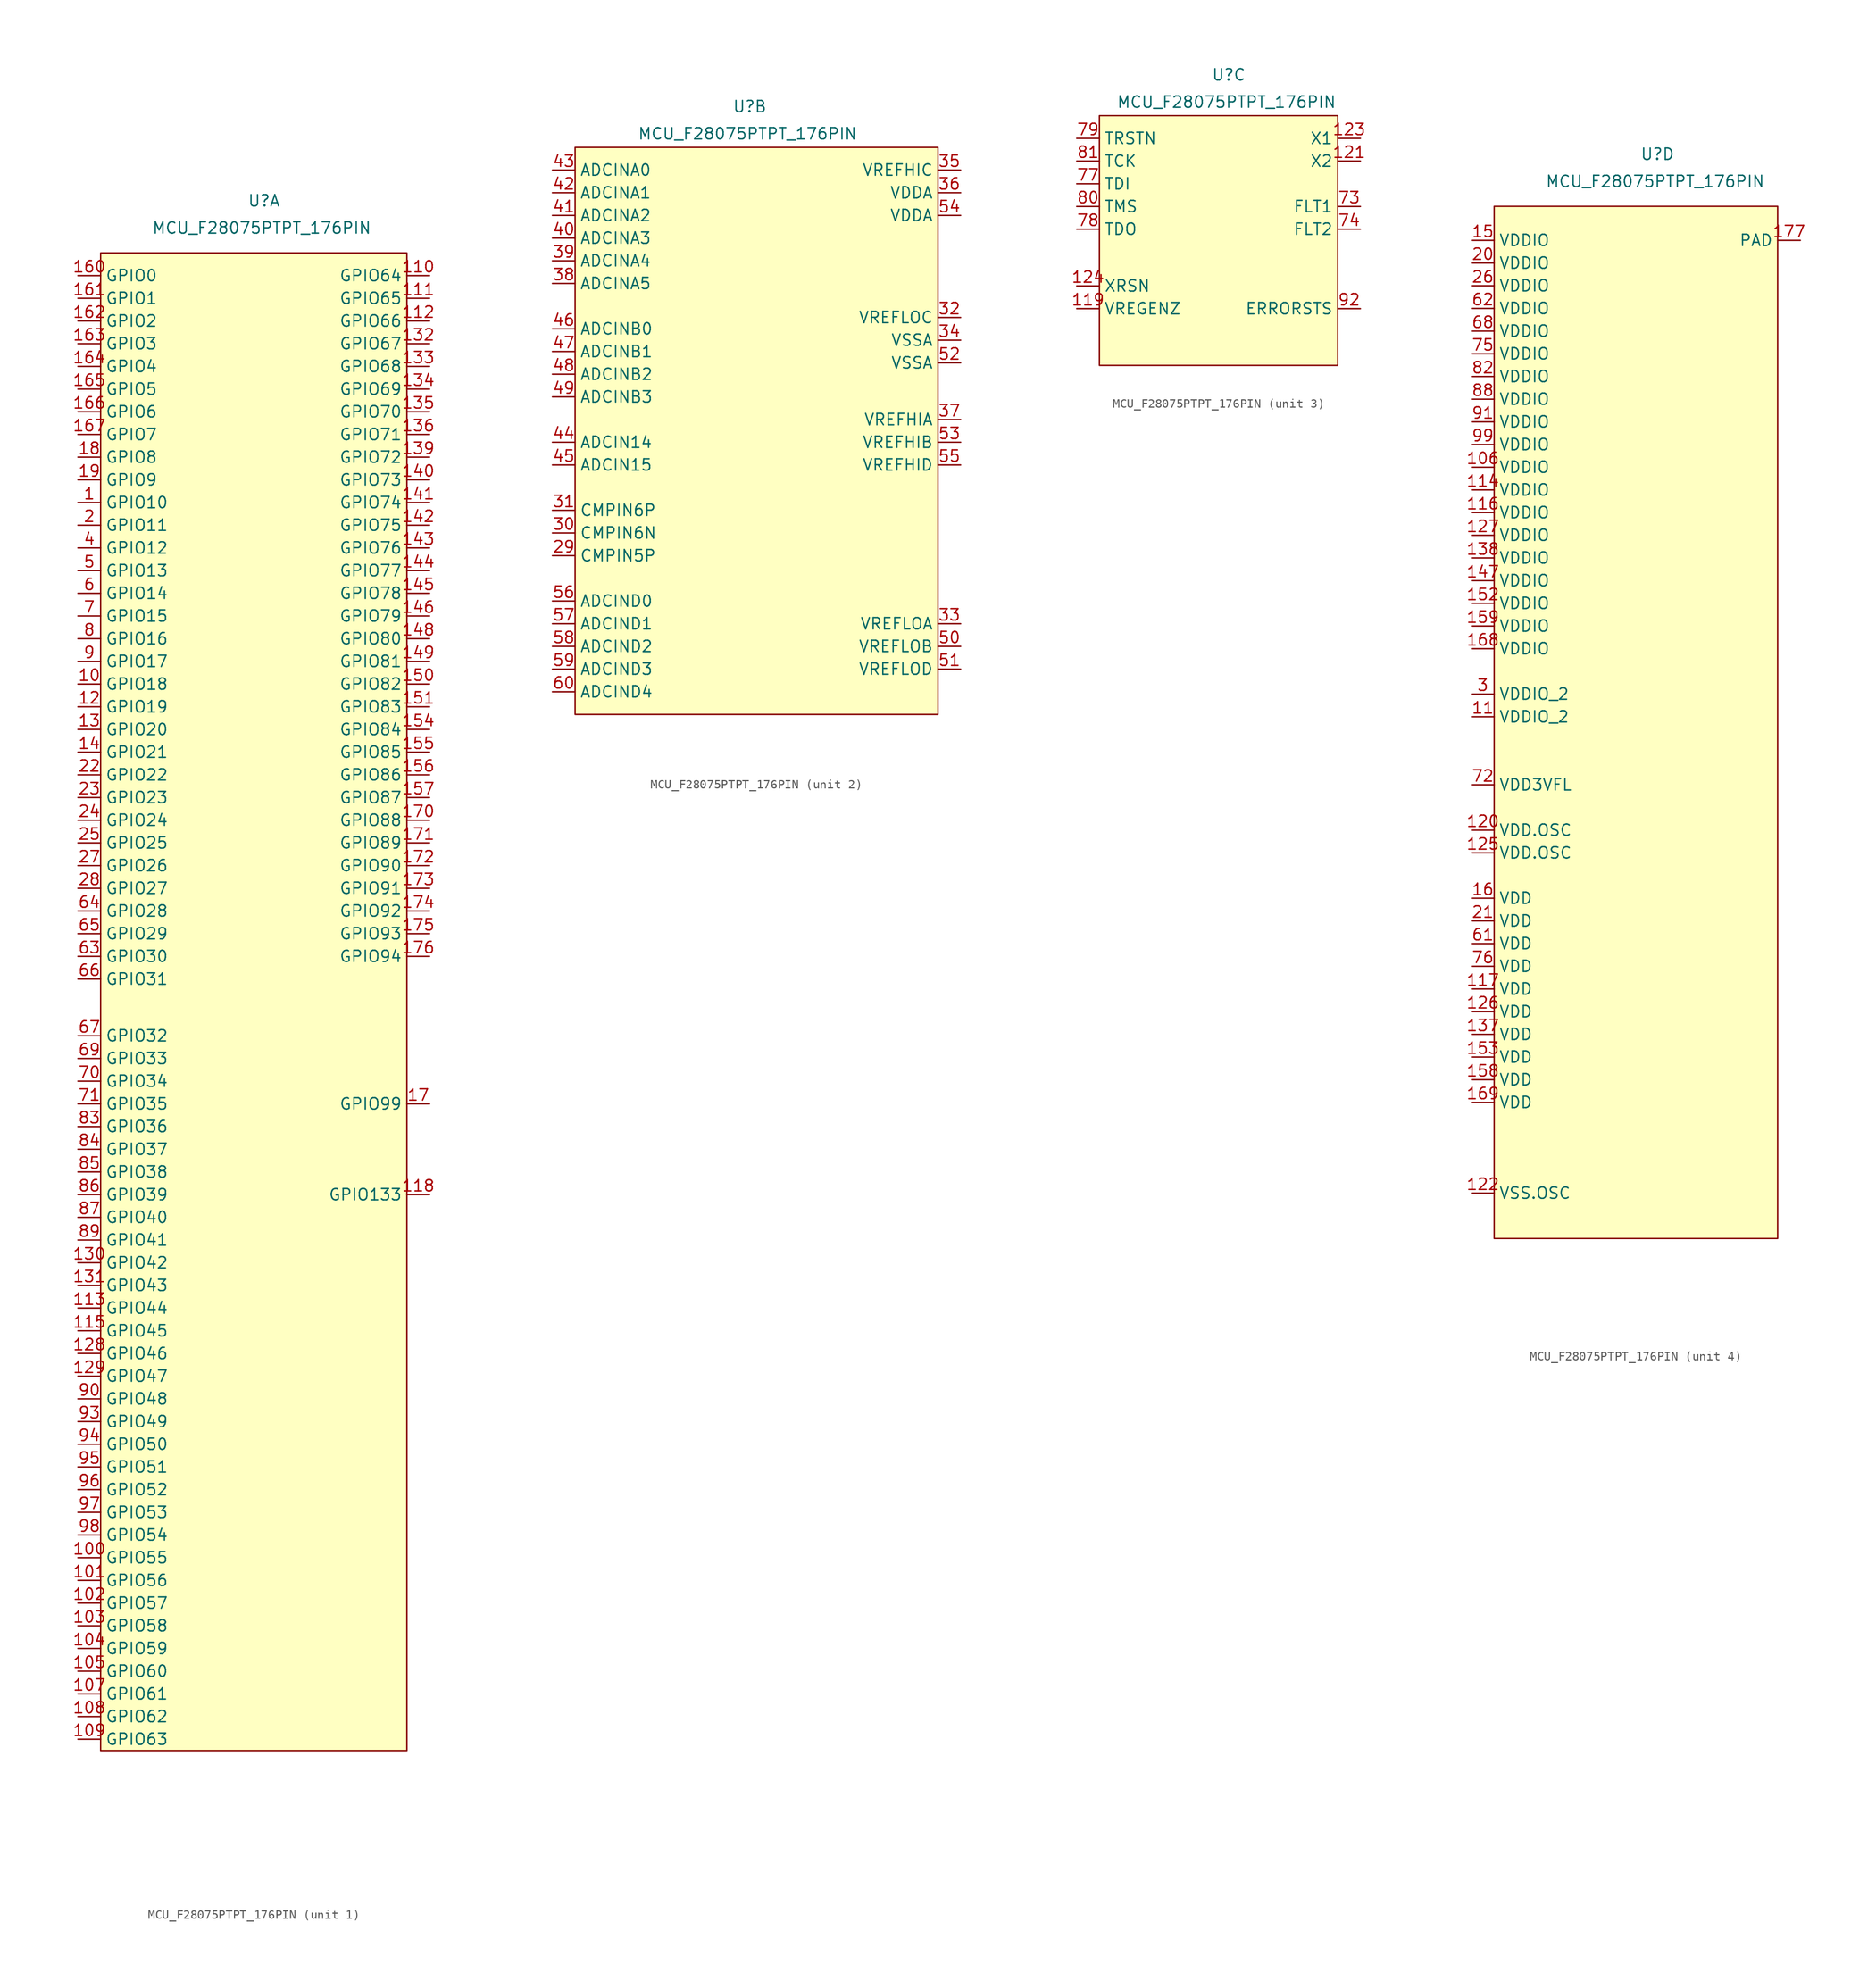
<source format=kicad_sym>
(kicad_symbol_lib
  (version 20241209)
  (generator "kicad_symbol_editor")
  (generator_version "9.0")
  (symbol "MCU_F28075PTPT_176PIN"
    (property "Reference" "U"
      (at 0.508 2.032 0)
      (effects (font (size 1.27 1.27))))
    (property "Value" "MCU_F28075PTPT_176PIN"
      (at 0.254 -1.016 0)
      (effects (font (size 1.27 1.27))))
    (property "ki_locked" ""
      (at 0 0 0)
      (effects (font (size 1.27 1.27))))
    (symbol "MCU_F28075PTPT_176PIN_1_0"
      (pin bidirectional line (at -20.32 -8.89 0) (length 2.54) (name "GPIO1" (effects (font (size 1.27 1.27)))) (number "161" (effects (font (size 1.27 1.27)))))
      (pin bidirectional line (at -20.32 -11.43 0) (length 2.54) (name "GPIO2" (effects (font (size 1.27 1.27)))) (number "162" (effects (font (size 1.27 1.27)))))
      (pin bidirectional line (at -20.32 -13.97 0) (length 2.54) (name "GPIO3" (effects (font (size 1.27 1.27)))) (number "163" (effects (font (size 1.27 1.27)))))
      (pin bidirectional line (at -20.32 -16.51 0) (length 2.54) (name "GPIO4" (effects (font (size 1.27 1.27)))) (number "164" (effects (font (size 1.27 1.27)))))
      (pin bidirectional line (at -20.32 -19.05 0) (length 2.54) (name "GPIO5" (effects (font (size 1.27 1.27)))) (number "165" (effects (font (size 1.27 1.27)))))
      (pin bidirectional line (at -20.32 -21.59 0) (length 2.54) (name "GPIO6" (effects (font (size 1.27 1.27)))) (number "166" (effects (font (size 1.27 1.27)))))
      (pin bidirectional line (at -20.32 -24.13 0) (length 2.54) (name "GPIO7" (effects (font (size 1.27 1.27)))) (number "167" (effects (font (size 1.27 1.27)))))
      (pin bidirectional line (at -20.32 -26.67 0) (length 2.54) (name "GPIO8" (effects (font (size 1.27 1.27)))) (number "18" (effects (font (size 1.27 1.27)))))
      (pin bidirectional line (at -20.32 -29.21 0) (length 2.54) (name "GPIO9" (effects (font (size 1.27 1.27)))) (number "19" (effects (font (size 1.27 1.27)))))
      (pin bidirectional line (at -20.32 -31.75 0) (length 2.54) (name "GPIO10" (effects (font (size 1.27 1.27)))) (number "1" (effects (font (size 1.27 1.27)))))
      (pin bidirectional line (at -20.32 -34.29 0) (length 2.54) (name "GPIO11" (effects (font (size 1.27 1.27)))) (number "2" (effects (font (size 1.27 1.27)))))
      (pin bidirectional line (at -20.32 -36.83 0) (length 2.54) (name "GPIO12" (effects (font (size 1.27 1.27)))) (number "4" (effects (font (size 1.27 1.27)))))
      (pin bidirectional line (at -20.32 -39.37 0) (length 2.54) (name "GPIO13" (effects (font (size 1.27 1.27)))) (number "5" (effects (font (size 1.27 1.27)))))
      (pin bidirectional line (at -20.32 -41.91 0) (length 2.54) (name "GPIO14" (effects (font (size 1.27 1.27)))) (number "6" (effects (font (size 1.27 1.27)))))
      (pin bidirectional line (at -20.32 -44.45 0) (length 2.54) (name "GPIO15" (effects (font (size 1.27 1.27)))) (number "7" (effects (font (size 1.27 1.27)))))
      (pin bidirectional line (at -20.32 -46.99 0) (length 2.54) (name "GPIO16" (effects (font (size 1.27 1.27)))) (number "8" (effects (font (size 1.27 1.27)))))
      (pin bidirectional line (at -20.32 -49.53 0) (length 2.54) (name "GPIO17" (effects (font (size 1.27 1.27)))) (number "9" (effects (font (size 1.27 1.27)))))
      (pin bidirectional line (at -20.32 -52.07 0) (length 2.54) (name "GPIO18" (effects (font (size 1.27 1.27)))) (number "10" (effects (font (size 1.27 1.27)))))
      (pin bidirectional line (at -20.32 -54.61 0) (length 2.54) (name "GPIO19" (effects (font (size 1.27 1.27)))) (number "12" (effects (font (size 1.27 1.27)))))
      (pin bidirectional line (at -20.32 -57.15 0) (length 2.54) (name "GPIO20" (effects (font (size 1.27 1.27)))) (number "13" (effects (font (size 1.27 1.27)))))
      (pin bidirectional line (at -20.32 -59.69 0) (length 2.54) (name "GPIO21" (effects (font (size 1.27 1.27)))) (number "14" (effects (font (size 1.27 1.27)))))
      (pin bidirectional line (at -20.32 -62.23 0) (length 2.54) (name "GPIO22" (effects (font (size 1.27 1.27)))) (number "22" (effects (font (size 1.27 1.27)))))
      (pin bidirectional line (at -20.32 -64.77 0) (length 2.54) (name "GPIO23" (effects (font (size 1.27 1.27)))) (number "23" (effects (font (size 1.27 1.27)))))
      (pin bidirectional line (at -20.32 -67.31 0) (length 2.54) (name "GPIO24" (effects (font (size 1.27 1.27)))) (number "24" (effects (font (size 1.27 1.27)))))
      (pin bidirectional line (at -20.32 -69.85 0) (length 2.54) (name "GPIO25" (effects (font (size 1.27 1.27)))) (number "25" (effects (font (size 1.27 1.27)))))
      (pin bidirectional line (at -20.32 -72.39 0) (length 2.54) (name "GPIO26" (effects (font (size 1.27 1.27)))) (number "27" (effects (font (size 1.27 1.27)))))
      (pin bidirectional line (at -20.32 -74.93 0) (length 2.54) (name "GPIO27" (effects (font (size 1.27 1.27)))) (number "28" (effects (font (size 1.27 1.27)))))
      (pin bidirectional line (at -20.32 -77.47 0) (length 2.54) (name "GPIO28" (effects (font (size 1.27 1.27)))) (number "64" (effects (font (size 1.27 1.27)))))
      (pin bidirectional line (at -20.32 -80.01 0) (length 2.54) (name "GPIO29" (effects (font (size 1.27 1.27)))) (number "65" (effects (font (size 1.27 1.27)))))
      (pin bidirectional line (at -20.32 -82.55 0) (length 2.54) (name "GPIO30" (effects (font (size 1.27 1.27)))) (number "63" (effects (font (size 1.27 1.27)))))
      (pin bidirectional line (at -20.32 -85.09 0) (length 2.54) (name "GPIO31" (effects (font (size 1.27 1.27)))) (number "66" (effects (font (size 1.27 1.27)))))
      (pin bidirectional line (at -20.32 -91.44 0) (length 2.54) (name "GPIO32" (effects (font (size 1.27 1.27)))) (number "67" (effects (font (size 1.27 1.27)))))
      (pin bidirectional line (at -20.32 -93.98 0) (length 2.54) (name "GPIO33" (effects (font (size 1.27 1.27)))) (number "69" (effects (font (size 1.27 1.27)))))
      (pin bidirectional line (at -20.32 -96.52 0) (length 2.54) (name "GPIO34" (effects (font (size 1.27 1.27)))) (number "70" (effects (font (size 1.27 1.27)))))
      (pin bidirectional line (at -20.32 -99.06 0) (length 2.54) (name "GPIO35" (effects (font (size 1.27 1.27)))) (number "71" (effects (font (size 1.27 1.27)))))
      (pin bidirectional line (at -20.32 -101.6 0) (length 2.54) (name "GPIO36" (effects (font (size 1.27 1.27)))) (number "83" (effects (font (size 1.27 1.27)))))
      (pin bidirectional line (at -20.32 -104.14 0) (length 2.54) (name "GPIO37" (effects (font (size 1.27 1.27)))) (number "84" (effects (font (size 1.27 1.27)))))
      (pin bidirectional line (at -20.32 -106.68 0) (length 2.54) (name "GPIO38" (effects (font (size 1.27 1.27)))) (number "85" (effects (font (size 1.27 1.27)))))
      (pin bidirectional line (at -20.32 -109.22 0) (length 2.54) (name "GPIO39" (effects (font (size 1.27 1.27)))) (number "86" (effects (font (size 1.27 1.27)))))
      (pin bidirectional line (at -20.32 -111.76 0) (length 2.54) (name "GPIO40" (effects (font (size 1.27 1.27)))) (number "87" (effects (font (size 1.27 1.27)))))
      (pin bidirectional line (at -20.32 -114.3 0) (length 2.54) (name "GPIO41" (effects (font (size 1.27 1.27)))) (number "89" (effects (font (size 1.27 1.27)))))
      (pin bidirectional line (at -20.32 -116.84 0) (length 2.54) (name "GPIO42" (effects (font (size 1.27 1.27)))) (number "130" (effects (font (size 1.27 1.27)))))
      (pin bidirectional line (at -20.32 -119.38 0) (length 2.54) (name "GPIO43" (effects (font (size 1.27 1.27)))) (number "131" (effects (font (size 1.27 1.27)))))
      (pin bidirectional line (at -20.32 -121.92 0) (length 2.54) (name "GPIO44" (effects (font (size 1.27 1.27)))) (number "113" (effects (font (size 1.27 1.27)))))
      (pin bidirectional line (at -20.32 -124.46 0) (length 2.54) (name "GPIO45" (effects (font (size 1.27 1.27)))) (number "115" (effects (font (size 1.27 1.27)))))
      (pin bidirectional line (at -20.32 -127 0) (length 2.54) (name "GPIO46" (effects (font (size 1.27 1.27)))) (number "128" (effects (font (size 1.27 1.27)))))
      (pin bidirectional line (at -20.32 -129.54 0) (length 2.54) (name "GPIO47" (effects (font (size 1.27 1.27)))) (number "129" (effects (font (size 1.27 1.27)))))
      (pin bidirectional line (at -20.32 -132.08 0) (length 2.54) (name "GPIO48" (effects (font (size 1.27 1.27)))) (number "90" (effects (font (size 1.27 1.27)))))
      (pin bidirectional line (at -20.32 -134.62 0) (length 2.54) (name "GPIO49" (effects (font (size 1.27 1.27)))) (number "93" (effects (font (size 1.27 1.27)))))
      (pin bidirectional line (at -20.32 -137.16 0) (length 2.54) (name "GPIO50" (effects (font (size 1.27 1.27)))) (number "94" (effects (font (size 1.27 1.27)))))
      (pin bidirectional line (at -20.32 -139.7 0) (length 2.54) (name "GPIO51" (effects (font (size 1.27 1.27)))) (number "95" (effects (font (size 1.27 1.27)))))
      (pin bidirectional line (at -20.32 -142.24 0) (length 2.54) (name "GPIO52" (effects (font (size 1.27 1.27)))) (number "96" (effects (font (size 1.27 1.27)))))
      (pin bidirectional line (at -20.32 -144.78 0) (length 2.54) (name "GPIO53" (effects (font (size 1.27 1.27)))) (number "97" (effects (font (size 1.27 1.27)))))
      (pin bidirectional line (at -20.32 -147.32 0) (length 2.54) (name "GPIO54" (effects (font (size 1.27 1.27)))) (number "98" (effects (font (size 1.27 1.27)))))
      (pin bidirectional line (at -20.32 -149.86 0) (length 2.54) (name "GPIO55" (effects (font (size 1.27 1.27)))) (number "100" (effects (font (size 1.27 1.27)))))
      (pin bidirectional line (at -20.32 -152.4 0) (length 2.54) (name "GPIO56" (effects (font (size 1.27 1.27)))) (number "101" (effects (font (size 1.27 1.27)))))
      (pin bidirectional line (at -20.32 -154.94 0) (length 2.54) (name "GPIO57" (effects (font (size 1.27 1.27)))) (number "102" (effects (font (size 1.27 1.27)))))
      (pin bidirectional line (at -20.32 -157.48 0) (length 2.54) (name "GPIO58" (effects (font (size 1.27 1.27)))) (number "103" (effects (font (size 1.27 1.27)))))
      (pin bidirectional line (at -20.32 -160.02 0) (length 2.54) (name "GPIO59" (effects (font (size 1.27 1.27)))) (number "104" (effects (font (size 1.27 1.27)))))
      (pin bidirectional line (at -20.32 -162.56 0) (length 2.54) (name "GPIO60" (effects (font (size 1.27 1.27)))) (number "105" (effects (font (size 1.27 1.27)))))
      (pin bidirectional line (at -20.32 -165.1 0) (length 2.54) (name "GPIO61" (effects (font (size 1.27 1.27)))) (number "107" (effects (font (size 1.27 1.27)))))
      (pin bidirectional line (at -20.32 -167.64 0) (length 2.54) (name "GPIO62" (effects (font (size 1.27 1.27)))) (number "108" (effects (font (size 1.27 1.27)))))
      (pin bidirectional line (at -20.32 -170.18 0) (length 2.54) (name "GPIO63" (effects (font (size 1.27 1.27)))) (number "109" (effects (font (size 1.27 1.27)))))
      (pin bidirectional line (at 19.05 -6.35 180) (length 2.54) (name "GPIO64" (effects (font (size 1.27 1.27)))) (number "110" (effects (font (size 1.27 1.27)))))
      (pin bidirectional line (at 19.05 -8.89 180) (length 2.54) (name "GPIO65" (effects (font (size 1.27 1.27)))) (number "111" (effects (font (size 1.27 1.27)))))
      (pin bidirectional line (at 19.05 -11.43 180) (length 2.54) (name "GPIO66" (effects (font (size 1.27 1.27)))) (number "112" (effects (font (size 1.27 1.27)))))
      (pin bidirectional line (at 19.05 -13.97 180) (length 2.54) (name "GPIO67" (effects (font (size 1.27 1.27)))) (number "132" (effects (font (size 1.27 1.27)))))
      (pin bidirectional line (at 19.05 -16.51 180) (length 2.54) (name "GPIO68" (effects (font (size 1.27 1.27)))) (number "133" (effects (font (size 1.27 1.27)))))
      (pin bidirectional line (at 19.05 -19.05 180) (length 2.54) (name "GPIO69" (effects (font (size 1.27 1.27)))) (number "134" (effects (font (size 1.27 1.27)))))
      (pin bidirectional line (at 19.05 -21.59 180) (length 2.54) (name "GPIO70" (effects (font (size 1.27 1.27)))) (number "135" (effects (font (size 1.27 1.27)))))
      (pin bidirectional line (at 19.05 -24.13 180) (length 2.54) (name "GPIO71" (effects (font (size 1.27 1.27)))) (number "136" (effects (font (size 1.27 1.27)))))
      (pin bidirectional line (at 19.05 -26.67 180) (length 2.54) (name "GPIO72" (effects (font (size 1.27 1.27)))) (number "139" (effects (font (size 1.27 1.27)))))
      (pin bidirectional line (at 19.05 -29.21 180) (length 2.54) (name "GPIO73" (effects (font (size 1.27 1.27)))) (number "140" (effects (font (size 1.27 1.27)))))
      (pin bidirectional line (at 19.05 -31.75 180) (length 2.54) (name "GPIO74" (effects (font (size 1.27 1.27)))) (number "141" (effects (font (size 1.27 1.27)))))
      (pin bidirectional line (at 19.05 -34.29 180) (length 2.54) (name "GPIO75" (effects (font (size 1.27 1.27)))) (number "142" (effects (font (size 1.27 1.27)))))
      (pin bidirectional line (at 19.05 -36.83 180) (length 2.54) (name "GPIO76" (effects (font (size 1.27 1.27)))) (number "143" (effects (font (size 1.27 1.27)))))
      (pin bidirectional line (at 19.05 -39.37 180) (length 2.54) (name "GPIO77" (effects (font (size 1.27 1.27)))) (number "144" (effects (font (size 1.27 1.27)))))
      (pin bidirectional line (at 19.05 -41.91 180) (length 2.54) (name "GPIO78" (effects (font (size 1.27 1.27)))) (number "145" (effects (font (size 1.27 1.27)))))
      (pin bidirectional line (at 19.05 -44.45 180) (length 2.54) (name "GPIO79" (effects (font (size 1.27 1.27)))) (number "146" (effects (font (size 1.27 1.27)))))
      (pin bidirectional line (at 19.05 -46.99 180) (length 2.54) (name "GPIO80" (effects (font (size 1.27 1.27)))) (number "148" (effects (font (size 1.27 1.27)))))
      (pin bidirectional line (at 19.05 -49.53 180) (length 2.54) (name "GPIO81" (effects (font (size 1.27 1.27)))) (number "149" (effects (font (size 1.27 1.27)))))
      (pin bidirectional line (at 19.05 -52.07 180) (length 2.54) (name "GPIO82" (effects (font (size 1.27 1.27)))) (number "150" (effects (font (size 1.27 1.27)))))
      (pin bidirectional line (at 19.05 -54.61 180) (length 2.54) (name "GPIO83" (effects (font (size 1.27 1.27)))) (number "151" (effects (font (size 1.27 1.27)))))
      (pin bidirectional line (at 19.05 -57.15 180) (length 2.54) (name "GPIO84" (effects (font (size 1.27 1.27)))) (number "154" (effects (font (size 1.27 1.27)))))
      (pin bidirectional line (at 19.05 -59.69 180) (length 2.54) (name "GPIO85" (effects (font (size 1.27 1.27)))) (number "155" (effects (font (size 1.27 1.27)))))
      (pin bidirectional line (at 19.05 -62.23 180) (length 2.54) (name "GPIO86" (effects (font (size 1.27 1.27)))) (number "156" (effects (font (size 1.27 1.27)))))
      (pin bidirectional line (at 19.05 -64.77 180) (length 2.54) (name "GPIO87" (effects (font (size 1.27 1.27)))) (number "157" (effects (font (size 1.27 1.27)))))
      (pin bidirectional line (at 19.05 -67.31 180) (length 2.54) (name "GPIO88" (effects (font (size 1.27 1.27)))) (number "170" (effects (font (size 1.27 1.27)))))
      (pin bidirectional line (at 19.05 -69.85 180) (length 2.54) (name "GPIO89" (effects (font (size 1.27 1.27)))) (number "171" (effects (font (size 1.27 1.27)))))
      (pin bidirectional line (at 19.05 -72.39 180) (length 2.54) (name "GPIO90" (effects (font (size 1.27 1.27)))) (number "172" (effects (font (size 1.27 1.27)))))
      (pin bidirectional line (at 19.05 -74.93 180) (length 2.54) (name "GPIO91" (effects (font (size 1.27 1.27)))) (number "173" (effects (font (size 1.27 1.27)))))
      (pin bidirectional line (at 19.05 -77.47 180) (length 2.54) (name "GPIO92" (effects (font (size 1.27 1.27)))) (number "174" (effects (font (size 1.27 1.27)))))
      (pin bidirectional line (at 19.05 -80.01 180) (length 2.54) (name "GPIO93" (effects (font (size 1.27 1.27)))) (number "175" (effects (font (size 1.27 1.27)))))
      (pin bidirectional line (at 19.05 -82.55 180) (length 2.54) (name "GPIO94" (effects (font (size 1.27 1.27)))) (number "176" (effects (font (size 1.27 1.27)))))
      (pin bidirectional line (at 19.05 -99.06 180) (length 2.54) (name "GPIO99" (effects (font (size 1.27 1.27)))) (number "17" (effects (font (size 1.27 1.27)))))
      (pin bidirectional line (at 19.05 -109.22 180) (length 2.54) (name "GPIO133" (effects (font (size 1.27 1.27)))) (number "118" (effects (font (size 1.27 1.27))))))
    (symbol "MCU_F28075PTPT_176PIN_1_1"
      (rectangle (start -17.78 -3.81) (end 16.51 -171.45) (stroke (width 0) (type solid)) (fill (type background)))
      (pin bidirectional line (at -20.32 -6.35 0) (length 2.54) (name "GPIO0" (effects (font (size 1.27 1.27)))) (number "160" (effects (font (size 1.27 1.27))))))
    (symbol "MCU_F28075PTPT_176PIN_2_0"
      (pin bidirectional line (at -21.59 -5.08 0) (length 2.54) (name "ADCINA0" (effects (font (size 1.27 1.27)))) (number "43" (effects (font (size 1.27 1.27)))))
      (pin bidirectional line (at -21.59 -7.62 0) (length 2.54) (name "ADCINA1" (effects (font (size 1.27 1.27)))) (number "42" (effects (font (size 1.27 1.27)))))
      (pin bidirectional line (at -21.59 -10.16 0) (length 2.54) (name "ADCINA2" (effects (font (size 1.27 1.27)))) (number "41" (effects (font (size 1.27 1.27)))))
      (pin bidirectional line (at -21.59 -12.7 0) (length 2.54) (name "ADCINA3" (effects (font (size 1.27 1.27)))) (number "40" (effects (font (size 1.27 1.27)))))
      (pin bidirectional line (at -21.59 -15.24 0) (length 2.54) (name "ADCINA4" (effects (font (size 1.27 1.27)))) (number "39" (effects (font (size 1.27 1.27)))))
      (pin bidirectional line (at -21.59 -17.78 0) (length 2.54) (name "ADCINA5" (effects (font (size 1.27 1.27)))) (number "38" (effects (font (size 1.27 1.27)))))
      (pin bidirectional line (at -21.59 -22.86 0) (length 2.54) (name "ADCINB0" (effects (font (size 1.27 1.27)))) (number "46" (effects (font (size 1.27 1.27)))))
      (pin bidirectional line (at -21.59 -25.4 0) (length 2.54) (name "ADCINB1" (effects (font (size 1.27 1.27)))) (number "47" (effects (font (size 1.27 1.27)))))
      (pin bidirectional line (at -21.59 -27.94 0) (length 2.54) (name "ADCINB2" (effects (font (size 1.27 1.27)))) (number "48" (effects (font (size 1.27 1.27)))))
      (pin bidirectional line (at -21.59 -30.48 0) (length 2.54) (name "ADCINB3" (effects (font (size 1.27 1.27)))) (number "49" (effects (font (size 1.27 1.27)))))
      (pin bidirectional line (at -21.59 -35.56 0) (length 2.54) (name "ADCIN14" (effects (font (size 1.27 1.27)))) (number "44" (effects (font (size 1.27 1.27)))))
      (pin bidirectional line (at -21.59 -38.1 0) (length 2.54) (name "ADCIN15" (effects (font (size 1.27 1.27)))) (number "45" (effects (font (size 1.27 1.27)))))
      (pin bidirectional line (at -21.59 -43.18 0) (length 2.54) (name "CMPIN6P" (effects (font (size 1.27 1.27)))) (number "31" (effects (font (size 1.27 1.27)))))
      (pin bidirectional line (at -21.59 -45.72 0) (length 2.54) (name "CMPIN6N" (effects (font (size 1.27 1.27)))) (number "30" (effects (font (size 1.27 1.27)))))
      (pin bidirectional line (at -21.59 -48.26 0) (length 2.54) (name "CMPIN5P" (effects (font (size 1.27 1.27)))) (number "29" (effects (font (size 1.27 1.27)))))
      (pin bidirectional line (at -21.59 -53.34 0) (length 2.54) (name "ADCIND0" (effects (font (size 1.27 1.27)))) (number "56" (effects (font (size 1.27 1.27)))))
      (pin bidirectional line (at -21.59 -55.88 0) (length 2.54) (name "ADCIND1" (effects (font (size 1.27 1.27)))) (number "57" (effects (font (size 1.27 1.27)))))
      (pin bidirectional line (at -21.59 -58.42 0) (length 2.54) (name "ADCIND2" (effects (font (size 1.27 1.27)))) (number "58" (effects (font (size 1.27 1.27)))))
      (pin bidirectional line (at -21.59 -60.96 0) (length 2.54) (name "ADCIND3" (effects (font (size 1.27 1.27)))) (number "59" (effects (font (size 1.27 1.27)))))
      (pin bidirectional line (at -21.59 -63.5 0) (length 2.54) (name "ADCIND4" (effects (font (size 1.27 1.27)))) (number "60" (effects (font (size 1.27 1.27)))))
      (pin bidirectional line (at 24.13 -5.08 180) (length 2.54) (name "VREFHIC" (effects (font (size 1.27 1.27)))) (number "35" (effects (font (size 1.27 1.27)))))
      (pin bidirectional line (at 24.13 -7.62 180) (length 2.54) (name "VDDA" (effects (font (size 1.27 1.27)))) (number "36" (effects (font (size 1.27 1.27)))))
      (pin bidirectional line (at 24.13 -10.16 180) (length 2.54) (name "VDDA" (effects (font (size 1.27 1.27)))) (number "54" (effects (font (size 1.27 1.27)))))
      (pin bidirectional line (at 24.13 -21.59 180) (length 2.54) (name "VREFLOC" (effects (font (size 1.27 1.27)))) (number "32" (effects (font (size 1.27 1.27)))))
      (pin bidirectional line (at 24.13 -24.13 180) (length 2.54) (name "VSSA" (effects (font (size 1.27 1.27)))) (number "34" (effects (font (size 1.27 1.27)))))
      (pin bidirectional line (at 24.13 -26.67 180) (length 2.54) (name "VSSA" (effects (font (size 1.27 1.27)))) (number "52" (effects (font (size 1.27 1.27)))))
      (pin bidirectional line (at 24.13 -33.02 180) (length 2.54) (name "VREFHIA" (effects (font (size 1.27 1.27)))) (number "37" (effects (font (size 1.27 1.27)))))
      (pin bidirectional line (at 24.13 -35.56 180) (length 2.54) (name "VREFHIB" (effects (font (size 1.27 1.27)))) (number "53" (effects (font (size 1.27 1.27)))))
      (pin bidirectional line (at 24.13 -38.1 180) (length 2.54) (name "VREFHID" (effects (font (size 1.27 1.27)))) (number "55" (effects (font (size 1.27 1.27)))))
      (pin bidirectional line (at 24.13 -55.88 180) (length 2.54) (name "VREFLOA" (effects (font (size 1.27 1.27)))) (number "33" (effects (font (size 1.27 1.27)))))
      (pin bidirectional line (at 24.13 -58.42 180) (length 2.54) (name "VREFLOB" (effects (font (size 1.27 1.27)))) (number "50" (effects (font (size 1.27 1.27)))))
      (pin bidirectional line (at 24.13 -60.96 180) (length 2.54) (name "VREFLOD" (effects (font (size 1.27 1.27)))) (number "51" (effects (font (size 1.27 1.27))))))
    (symbol "MCU_F28075PTPT_176PIN_2_1"
      (rectangle (start -19.05 -2.54) (end 21.59 -66.04) (stroke (width 0) (type solid)) (fill (type background))))
    (symbol "MCU_F28075PTPT_176PIN_3_0"
      (pin bidirectional line (at -16.51 -5.08 0) (length 2.54) (name "TRSTN" (effects (font (size 1.27 1.27)))) (number "79" (effects (font (size 1.27 1.27)))))
      (pin bidirectional line (at -16.51 -7.62 0) (length 2.54) (name "TCK" (effects (font (size 1.27 1.27)))) (number "81" (effects (font (size 1.27 1.27)))))
      (pin bidirectional line (at -16.51 -10.16 0) (length 2.54) (name "TDI" (effects (font (size 1.27 1.27)))) (number "77" (effects (font (size 1.27 1.27)))))
      (pin bidirectional line (at -16.51 -12.7 0) (length 2.54) (name "TMS" (effects (font (size 1.27 1.27)))) (number "80" (effects (font (size 1.27 1.27)))))
      (pin bidirectional line (at -16.51 -15.24 0) (length 2.54) (name "TDO" (effects (font (size 1.27 1.27)))) (number "78" (effects (font (size 1.27 1.27)))))
      (pin bidirectional line (at -16.51 -21.59 0) (length 2.54) (name "XRSN" (effects (font (size 1.27 1.27)))) (number "124" (effects (font (size 1.27 1.27)))))
      (pin bidirectional line (at -16.51 -24.13 0) (length 2.54) (name "VREGENZ" (effects (font (size 1.27 1.27)))) (number "119" (effects (font (size 1.27 1.27)))))
      (pin bidirectional line (at 15.24 -5.08 180) (length 2.54) (name "X1" (effects (font (size 1.27 1.27)))) (number "123" (effects (font (size 1.27 1.27)))))
      (pin bidirectional line (at 15.24 -7.62 180) (length 2.54) (name "X2" (effects (font (size 1.27 1.27)))) (number "121" (effects (font (size 1.27 1.27)))))
      (pin bidirectional line (at 15.24 -12.7 180) (length 2.54) (name "FLT1" (effects (font (size 1.27 1.27)))) (number "73" (effects (font (size 1.27 1.27)))))
      (pin bidirectional line (at 15.24 -15.24 180) (length 2.54) (name "FLT2" (effects (font (size 1.27 1.27)))) (number "74" (effects (font (size 1.27 1.27)))))
      (pin bidirectional line (at 15.24 -24.13 180) (length 2.54) (name "ERRORSTS" (effects (font (size 1.27 1.27)))) (number "92" (effects (font (size 1.27 1.27))))))
    (symbol "MCU_F28075PTPT_176PIN_3_1"
      (rectangle (start -13.97 -2.54) (end 12.7 -30.48) (stroke (width 0) (type solid)) (fill (type background))))
    (symbol "MCU_F28075PTPT_176PIN_4_0"
      (pin bidirectional line (at -20.32 -7.62 0) (length 2.54) (name "VDDIO" (effects (font (size 1.27 1.27)))) (number "15" (effects (font (size 1.27 1.27)))))
      (pin bidirectional line (at -20.32 -10.16 0) (length 2.54) (name "VDDIO" (effects (font (size 1.27 1.27)))) (number "20" (effects (font (size 1.27 1.27)))))
      (pin bidirectional line (at -20.32 -12.7 0) (length 2.54) (name "VDDIO" (effects (font (size 1.27 1.27)))) (number "26" (effects (font (size 1.27 1.27)))))
      (pin bidirectional line (at -20.32 -15.24 0) (length 2.54) (name "VDDIO" (effects (font (size 1.27 1.27)))) (number "62" (effects (font (size 1.27 1.27)))))
      (pin bidirectional line (at -20.32 -17.78 0) (length 2.54) (name "VDDIO" (effects (font (size 1.27 1.27)))) (number "68" (effects (font (size 1.27 1.27)))))
      (pin bidirectional line (at -20.32 -20.32 0) (length 2.54) (name "VDDIO" (effects (font (size 1.27 1.27)))) (number "75" (effects (font (size 1.27 1.27)))))
      (pin bidirectional line (at -20.32 -22.86 0) (length 2.54) (name "VDDIO" (effects (font (size 1.27 1.27)))) (number "82" (effects (font (size 1.27 1.27)))))
      (pin bidirectional line (at -20.32 -25.4 0) (length 2.54) (name "VDDIO" (effects (font (size 1.27 1.27)))) (number "88" (effects (font (size 1.27 1.27)))))
      (pin bidirectional line (at -20.32 -27.94 0) (length 2.54) (name "VDDIO" (effects (font (size 1.27 1.27)))) (number "91" (effects (font (size 1.27 1.27)))))
      (pin bidirectional line (at -20.32 -30.48 0) (length 2.54) (name "VDDIO" (effects (font (size 1.27 1.27)))) (number "99" (effects (font (size 1.27 1.27)))))
      (pin bidirectional line (at -20.32 -33.02 0) (length 2.54) (name "VDDIO" (effects (font (size 1.27 1.27)))) (number "106" (effects (font (size 1.27 1.27)))))
      (pin bidirectional line (at -20.32 -35.56 0) (length 2.54) (name "VDDIO" (effects (font (size 1.27 1.27)))) (number "114" (effects (font (size 1.27 1.27)))))
      (pin bidirectional line (at -20.32 -38.1 0) (length 2.54) (name "VDDIO" (effects (font (size 1.27 1.27)))) (number "116" (effects (font (size 1.27 1.27)))))
      (pin bidirectional line (at -20.32 -40.64 0) (length 2.54) (name "VDDIO" (effects (font (size 1.27 1.27)))) (number "127" (effects (font (size 1.27 1.27)))))
      (pin bidirectional line (at -20.32 -43.18 0) (length 2.54) (name "VDDIO" (effects (font (size 1.27 1.27)))) (number "138" (effects (font (size 1.27 1.27)))))
      (pin bidirectional line (at -20.32 -45.72 0) (length 2.54) (name "VDDIO" (effects (font (size 1.27 1.27)))) (number "147" (effects (font (size 1.27 1.27)))))
      (pin bidirectional line (at -20.32 -48.26 0) (length 2.54) (name "VDDIO" (effects (font (size 1.27 1.27)))) (number "152" (effects (font (size 1.27 1.27)))))
      (pin bidirectional line (at -20.32 -50.8 0) (length 2.54) (name "VDDIO" (effects (font (size 1.27 1.27)))) (number "159" (effects (font (size 1.27 1.27)))))
      (pin bidirectional line (at -20.32 -53.34 0) (length 2.54) (name "VDDIO" (effects (font (size 1.27 1.27)))) (number "168" (effects (font (size 1.27 1.27)))))
      (pin bidirectional line (at -20.32 -58.42 0) (length 2.54) (name "VDDIO_2" (effects (font (size 1.27 1.27)))) (number "3" (effects (font (size 1.27 1.27)))))
      (pin bidirectional line (at -20.32 -60.96 0) (length 2.54) (name "VDDIO_2" (effects (font (size 1.27 1.27)))) (number "11" (effects (font (size 1.27 1.27)))))
      (pin bidirectional line (at -20.32 -68.58 0) (length 2.54) (name "VDD3VFL" (effects (font (size 1.27 1.27)))) (number "72" (effects (font (size 1.27 1.27)))))
      (pin bidirectional line (at -20.32 -73.66 0) (length 2.54) (name "VDD.OSC" (effects (font (size 1.27 1.27)))) (number "120" (effects (font (size 1.27 1.27)))))
      (pin bidirectional line (at -20.32 -76.2 0) (length 2.54) (name "VDD.OSC" (effects (font (size 1.27 1.27)))) (number "125" (effects (font (size 1.27 1.27)))))
      (pin bidirectional line (at -20.32 -81.28 0) (length 2.54) (name "VDD" (effects (font (size 1.27 1.27)))) (number "16" (effects (font (size 1.27 1.27)))))
      (pin bidirectional line (at -20.32 -83.82 0) (length 2.54) (name "VDD" (effects (font (size 1.27 1.27)))) (number "21" (effects (font (size 1.27 1.27)))))
      (pin bidirectional line (at -20.32 -86.36 0) (length 2.54) (name "VDD" (effects (font (size 1.27 1.27)))) (number "61" (effects (font (size 1.27 1.27)))))
      (pin bidirectional line (at -20.32 -88.9 0) (length 2.54) (name "VDD" (effects (font (size 1.27 1.27)))) (number "76" (effects (font (size 1.27 1.27)))))
      (pin bidirectional line (at -20.32 -91.44 0) (length 2.54) (name "VDD" (effects (font (size 1.27 1.27)))) (number "117" (effects (font (size 1.27 1.27)))))
      (pin bidirectional line (at -20.32 -93.98 0) (length 2.54) (name "VDD" (effects (font (size 1.27 1.27)))) (number "126" (effects (font (size 1.27 1.27)))))
      (pin bidirectional line (at -20.32 -96.52 0) (length 2.54) (name "VDD" (effects (font (size 1.27 1.27)))) (number "137" (effects (font (size 1.27 1.27)))))
      (pin bidirectional line (at -20.32 -99.06 0) (length 2.54) (name "VDD" (effects (font (size 1.27 1.27)))) (number "153" (effects (font (size 1.27 1.27)))))
      (pin bidirectional line (at -20.32 -101.6 0) (length 2.54) (name "VDD" (effects (font (size 1.27 1.27)))) (number "158" (effects (font (size 1.27 1.27)))))
      (pin bidirectional line (at -20.32 -104.14 0) (length 2.54) (name "VDD" (effects (font (size 1.27 1.27)))) (number "169" (effects (font (size 1.27 1.27)))))
      (pin bidirectional line (at -20.32 -114.3 0) (length 2.54) (name "VSS.OSC" (effects (font (size 1.27 1.27)))) (number "122" (effects (font (size 1.27 1.27)))))
      (pin bidirectional line (at 16.51 -7.62 180) (length 2.54) (name "PAD" (effects (font (size 1.27 1.27)))) (number "177" (effects (font (size 1.27 1.27))))))
    (symbol "MCU_F28075PTPT_176PIN_4_1"
      (rectangle (start -17.78 -3.81) (end 13.97 -119.38) (stroke (width 0) (type solid)) (fill (type background))))))
</source>
